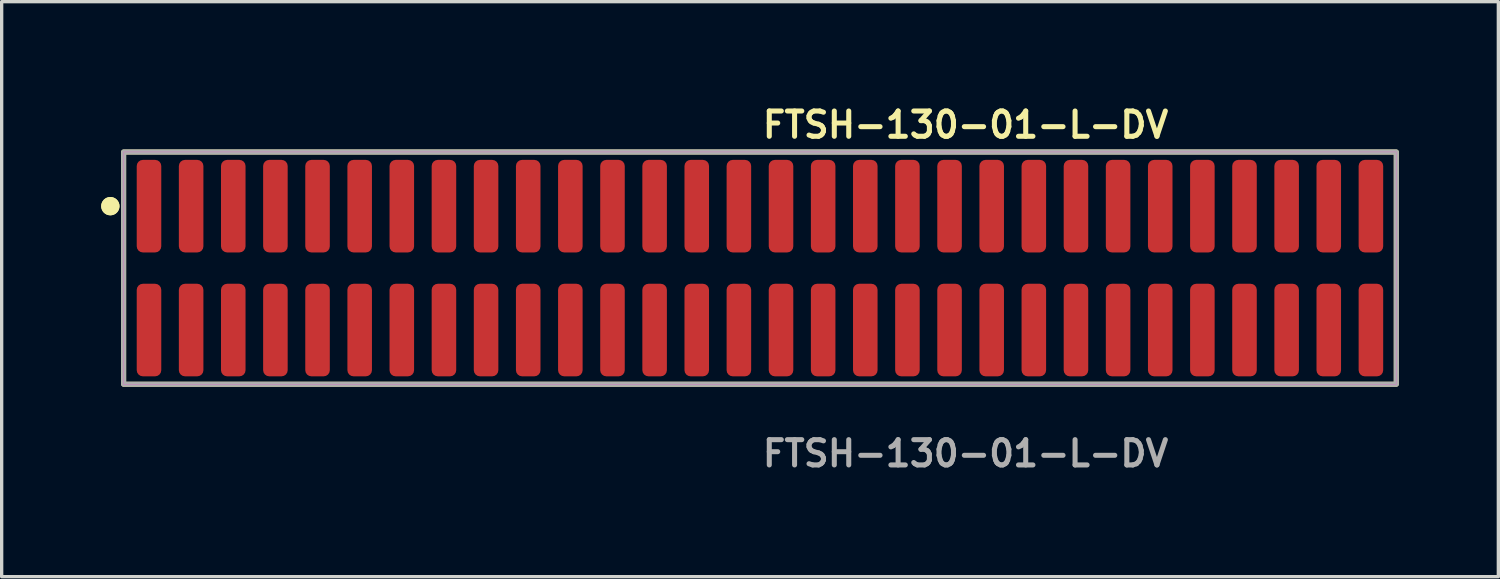
<source format=kicad_pcb>
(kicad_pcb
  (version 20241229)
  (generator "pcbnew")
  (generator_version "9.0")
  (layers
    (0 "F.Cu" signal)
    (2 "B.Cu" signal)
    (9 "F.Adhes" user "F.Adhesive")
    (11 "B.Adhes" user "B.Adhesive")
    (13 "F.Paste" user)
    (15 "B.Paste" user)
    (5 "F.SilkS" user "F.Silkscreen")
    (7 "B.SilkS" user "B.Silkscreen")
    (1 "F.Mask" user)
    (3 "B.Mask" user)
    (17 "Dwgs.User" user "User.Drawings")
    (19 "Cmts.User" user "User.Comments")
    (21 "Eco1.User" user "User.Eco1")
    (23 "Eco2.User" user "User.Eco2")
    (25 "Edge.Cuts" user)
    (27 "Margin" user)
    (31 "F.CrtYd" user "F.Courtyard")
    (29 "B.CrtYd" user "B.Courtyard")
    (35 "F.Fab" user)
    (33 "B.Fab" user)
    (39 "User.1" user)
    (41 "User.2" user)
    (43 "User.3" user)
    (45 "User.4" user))
  (footprint "FTSH-130-01-L-DV"
    (layer "F.Cu")
    (at 19.856 5.031)
    (property "Reference" "FTSH-130-01-L-DV" (at 0 -4.318 0) (unlocked yes) (layer "F.SilkS") (effects (font (size 0.762 0.762) (thickness 0.152)) (justify left)))
    (fp_rect (start -19.18 3.5) (end 19.18 -3.5) (stroke (width 0.152) (type solid)) (fill no) (layer "F.SilkS"))
    (fp_circle (center -19.58 -1.867) (end -19.78 -1.867) (stroke (width 0.152) (type solid)) (fill yes) (layer "F.SilkS"))
    (fp_circle (center -19.58 -1.867) (end -19.78 -1.867) (stroke (width 0.152) (type solid)) (fill yes) (layer "F.SilkS"))
    (fp_rect (start -19.18 3.5) (end 19.18 -3.5) (stroke (width 0.006) (type solid)) (fill no) (layer "F.CrtYd"))
    (fp_rect (start -19.18 3.5) (end 19.18 -3.5) (stroke (width 0.152) (type solid)) (fill no) (layer "F.Fab"))
    (fp_text user "${REFERENCE}" (at 0 5.588 0) (unlocked yes) (layer "F.Fab") (effects (font (size 0.762 0.762) (thickness 0.152)) (justify left)))
    (pad "1" smd roundrect (at -18.415 -1.867) (size 0.74 2.79) (layers "F.Cu" "F.Paste") (roundrect_rratio 0.25))
    (pad "2" smd roundrect (at -18.415 1.867) (size 0.74 2.79) (layers "F.Cu" "F.Paste") (roundrect_rratio 0.25))
    (pad "3" smd roundrect (at -17.145 -1.867) (size 0.74 2.79) (layers "F.Cu" "F.Paste") (roundrect_rratio 0.25))
    (pad "4" smd roundrect (at -17.145 1.867) (size 0.74 2.79) (layers "F.Cu" "F.Paste") (roundrect_rratio 0.25))
    (pad "5" smd roundrect (at -15.875 -1.867) (size 0.74 2.79) (layers "F.Cu" "F.Paste") (roundrect_rratio 0.25))
    (pad "6" smd roundrect (at -15.875 1.867) (size 0.74 2.79) (layers "F.Cu" "F.Paste") (roundrect_rratio 0.25))
    (pad "7" smd roundrect (at -14.605 -1.867) (size 0.74 2.79) (layers "F.Cu" "F.Paste") (roundrect_rratio 0.25))
    (pad "8" smd roundrect (at -14.605 1.867) (size 0.74 2.79) (layers "F.Cu" "F.Paste") (roundrect_rratio 0.25))
    (pad "9" smd roundrect (at -13.335 -1.867) (size 0.74 2.79) (layers "F.Cu" "F.Paste") (roundrect_rratio 0.25))
    (pad "10" smd roundrect (at -13.335 1.867) (size 0.74 2.79) (layers "F.Cu" "F.Paste") (roundrect_rratio 0.25))
    (pad "11" smd roundrect (at -12.065 -1.867) (size 0.74 2.79) (layers "F.Cu" "F.Paste") (roundrect_rratio 0.25))
    (pad "12" smd roundrect (at -12.065 1.867) (size 0.74 2.79) (layers "F.Cu" "F.Paste") (roundrect_rratio 0.25))
    (pad "13" smd roundrect (at -10.795 -1.867) (size 0.74 2.79) (layers "F.Cu" "F.Paste") (roundrect_rratio 0.25))
    (pad "14" smd roundrect (at -10.795 1.867) (size 0.74 2.79) (layers "F.Cu" "F.Paste") (roundrect_rratio 0.25))
    (pad "15" smd roundrect (at -9.525 -1.867) (size 0.74 2.79) (layers "F.Cu" "F.Paste") (roundrect_rratio 0.25))
    (pad "16" smd roundrect (at -9.525 1.867) (size 0.74 2.79) (layers "F.Cu" "F.Paste") (roundrect_rratio 0.25))
    (pad "17" smd roundrect (at -8.255 -1.867) (size 0.74 2.79) (layers "F.Cu" "F.Paste") (roundrect_rratio 0.25))
    (pad "18" smd roundrect (at -8.255 1.867) (size 0.74 2.79) (layers "F.Cu" "F.Paste") (roundrect_rratio 0.25))
    (pad "19" smd roundrect (at -6.985 -1.867) (size 0.74 2.79) (layers "F.Cu" "F.Paste") (roundrect_rratio 0.25))
    (pad "20" smd roundrect (at -6.985 1.867) (size 0.74 2.79) (layers "F.Cu" "F.Paste") (roundrect_rratio 0.25))
    (pad "21" smd roundrect (at -5.715 -1.867) (size 0.74 2.79) (layers "F.Cu" "F.Paste") (roundrect_rratio 0.25))
    (pad "22" smd roundrect (at -5.715 1.867) (size 0.74 2.79) (layers "F.Cu" "F.Paste") (roundrect_rratio 0.25))
    (pad "23" smd roundrect (at -4.445 -1.867) (size 0.74 2.79) (layers "F.Cu" "F.Paste") (roundrect_rratio 0.25))
    (pad "24" smd roundrect (at -4.445 1.867) (size 0.74 2.79) (layers "F.Cu" "F.Paste") (roundrect_rratio 0.25))
    (pad "25" smd roundrect (at -3.175 -1.867) (size 0.74 2.79) (layers "F.Cu" "F.Paste") (roundrect_rratio 0.25))
    (pad "26" smd roundrect (at -3.175 1.867) (size 0.74 2.79) (layers "F.Cu" "F.Paste") (roundrect_rratio 0.25))
    (pad "27" smd roundrect (at -1.905 -1.867) (size 0.74 2.79) (layers "F.Cu" "F.Paste") (roundrect_rratio 0.25))
    (pad "28" smd roundrect (at -1.905 1.867) (size 0.74 2.79) (layers "F.Cu" "F.Paste") (roundrect_rratio 0.25))
    (pad "29" smd roundrect (at -0.635 -1.867) (size 0.74 2.79) (layers "F.Cu" "F.Paste") (roundrect_rratio 0.25))
    (pad "30" smd roundrect (at -0.635 1.867) (size 0.74 2.79) (layers "F.Cu" "F.Paste") (roundrect_rratio 0.25))
    (pad "31" smd roundrect (at 0.635 -1.867) (size 0.74 2.79) (layers "F.Cu" "F.Paste") (roundrect_rratio 0.25))
    (pad "32" smd roundrect (at 0.635 1.867) (size 0.74 2.79) (layers "F.Cu" "F.Paste") (roundrect_rratio 0.25))
    (pad "33" smd roundrect (at 1.905 -1.867) (size 0.74 2.79) (layers "F.Cu" "F.Paste") (roundrect_rratio 0.25))
    (pad "34" smd roundrect (at 1.905 1.867) (size 0.74 2.79) (layers "F.Cu" "F.Paste") (roundrect_rratio 0.25))
    (pad "35" smd roundrect (at 3.175 -1.867) (size 0.74 2.79) (layers "F.Cu" "F.Paste") (roundrect_rratio 0.25))
    (pad "36" smd roundrect (at 3.175 1.867) (size 0.74 2.79) (layers "F.Cu" "F.Paste") (roundrect_rratio 0.25))
    (pad "37" smd roundrect (at 4.445 -1.867) (size 0.74 2.79) (layers "F.Cu" "F.Paste") (roundrect_rratio 0.25))
    (pad "38" smd roundrect (at 4.445 1.867) (size 0.74 2.79) (layers "F.Cu" "F.Paste") (roundrect_rratio 0.25))
    (pad "39" smd roundrect (at 5.715 -1.867) (size 0.74 2.79) (layers "F.Cu" "F.Paste") (roundrect_rratio 0.25))
    (pad "40" smd roundrect (at 5.715 1.867) (size 0.74 2.79) (layers "F.Cu" "F.Paste") (roundrect_rratio 0.25))
    (pad "41" smd roundrect (at 6.985 -1.867) (size 0.74 2.79) (layers "F.Cu" "F.Paste") (roundrect_rratio 0.25))
    (pad "42" smd roundrect (at 6.985 1.867) (size 0.74 2.79) (layers "F.Cu" "F.Paste") (roundrect_rratio 0.25))
    (pad "43" smd roundrect (at 8.255 -1.867) (size 0.74 2.79) (layers "F.Cu" "F.Paste") (roundrect_rratio 0.25))
    (pad "44" smd roundrect (at 8.255 1.867) (size 0.74 2.79) (layers "F.Cu" "F.Paste") (roundrect_rratio 0.25))
    (pad "45" smd roundrect (at 9.525 -1.867) (size 0.74 2.79) (layers "F.Cu" "F.Paste") (roundrect_rratio 0.25))
    (pad "46" smd roundrect (at 9.525 1.867) (size 0.74 2.79) (layers "F.Cu" "F.Paste") (roundrect_rratio 0.25))
    (pad "47" smd roundrect (at 10.795 -1.867) (size 0.74 2.79) (layers "F.Cu" "F.Paste") (roundrect_rratio 0.25))
    (pad "48" smd roundrect (at 10.795 1.867) (size 0.74 2.79) (layers "F.Cu" "F.Paste") (roundrect_rratio 0.25))
    (pad "49" smd roundrect (at 12.065 -1.867) (size 0.74 2.79) (layers "F.Cu" "F.Paste") (roundrect_rratio 0.25))
    (pad "50" smd roundrect (at 12.065 1.867) (size 0.74 2.79) (layers "F.Cu" "F.Paste") (roundrect_rratio 0.25))
    (pad "51" smd roundrect (at 13.335 -1.867) (size 0.74 2.79) (layers "F.Cu" "F.Paste") (roundrect_rratio 0.25))
    (pad "52" smd roundrect (at 13.335 1.867) (size 0.74 2.79) (layers "F.Cu" "F.Paste") (roundrect_rratio 0.25))
    (pad "53" smd roundrect (at 14.605 -1.867) (size 0.74 2.79) (layers "F.Cu" "F.Paste") (roundrect_rratio 0.25))
    (pad "54" smd roundrect (at 14.605 1.867) (size 0.74 2.79) (layers "F.Cu" "F.Paste") (roundrect_rratio 0.25))
    (pad "55" smd roundrect (at 15.875 -1.867) (size 0.74 2.79) (layers "F.Cu" "F.Paste") (roundrect_rratio 0.25))
    (pad "56" smd roundrect (at 15.875 1.867) (size 0.74 2.79) (layers "F.Cu" "F.Paste") (roundrect_rratio 0.25))
    (pad "57" smd roundrect (at 17.145 -1.867) (size 0.74 2.79) (layers "F.Cu" "F.Paste") (roundrect_rratio 0.25))
    (pad "58" smd roundrect (at 17.145 1.867) (size 0.74 2.79) (layers "F.Cu" "F.Paste") (roundrect_rratio 0.25))
    (pad "59" smd roundrect (at 18.415 -1.867) (size 0.74 2.79) (layers "F.Cu" "F.Paste") (roundrect_rratio 0.25))
    (pad "60" smd roundrect (at 18.415 1.867) (size 0.74 2.79) (layers "F.Cu" "F.Paste") (roundrect_rratio 0.25)))
  (gr_rect
    (start -3 -3)
    (end 42.112 14.332)
    (stroke (width 0.1) (type default))
    (fill no)
    (layer "Edge.Cuts")))
</source>
